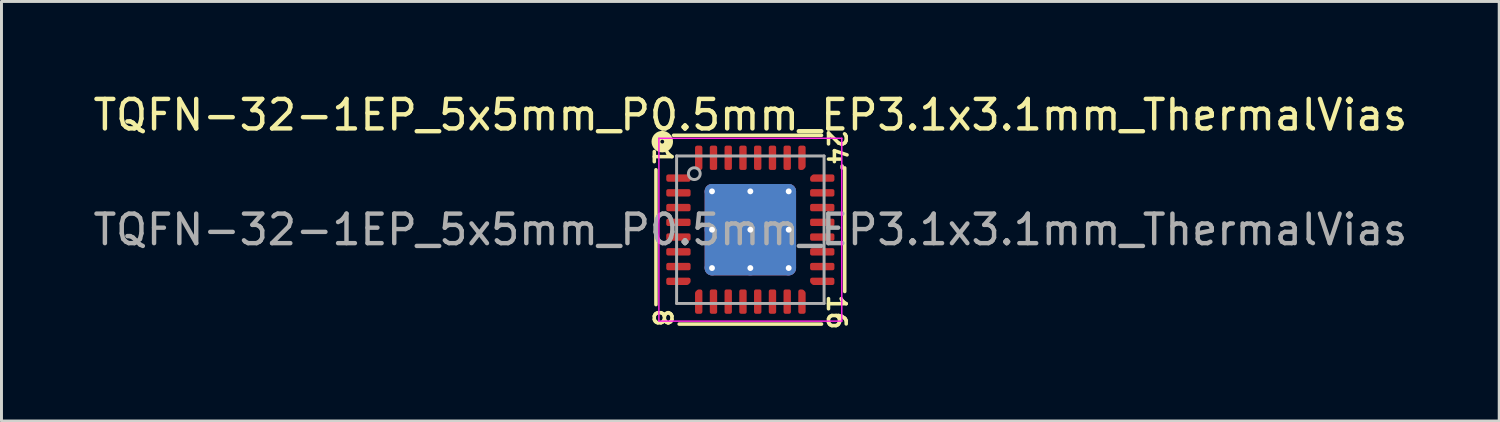
<source format=kicad_pcb>
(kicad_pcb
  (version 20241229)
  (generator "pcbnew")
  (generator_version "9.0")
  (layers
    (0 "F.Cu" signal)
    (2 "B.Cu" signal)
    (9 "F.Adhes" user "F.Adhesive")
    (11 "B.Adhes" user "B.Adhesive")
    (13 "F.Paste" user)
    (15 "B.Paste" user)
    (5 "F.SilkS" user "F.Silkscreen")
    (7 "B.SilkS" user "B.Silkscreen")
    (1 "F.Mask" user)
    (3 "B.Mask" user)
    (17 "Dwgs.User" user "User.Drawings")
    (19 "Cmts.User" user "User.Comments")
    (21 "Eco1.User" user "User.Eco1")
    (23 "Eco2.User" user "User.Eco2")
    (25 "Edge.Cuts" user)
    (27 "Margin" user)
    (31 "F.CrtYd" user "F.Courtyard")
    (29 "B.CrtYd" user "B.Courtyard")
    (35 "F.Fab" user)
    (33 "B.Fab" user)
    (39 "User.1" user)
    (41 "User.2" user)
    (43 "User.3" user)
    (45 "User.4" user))
  (footprint "TQFN-32-1EP_5x5mm_P0.5mm_EP3.1x3.1mm_ThermalVias"
    (layer "F.Cu")
    (at 22.387 4.737)
    (property "Reference" "TQFN-32-1EP_5x5mm_P0.5mm_EP3.1x3.1mm_ThermalVias" (at 0 -3.889 0) (layer "F.SilkS") (effects (font (size 1 1) (thickness 0.15))))
    (attr smd)
    (fp_line (start -3.2 -2.032) (end -3.2 2.54) (stroke (width 0.12) (type solid)) (layer "F.SilkS"))
    (fp_line (start -2.413 3.2) (end 2.413 3.2) (stroke (width 0.12) (type solid)) (layer "F.SilkS"))
    (fp_line (start 2.413 -3.2) (end -2.603 -3.2) (stroke (width 0.12) (type solid)) (layer "F.SilkS"))
    (fp_line (start 3.111 -2.095) (end 3.111 -2.159) (stroke (width 0.12) (type solid)) (layer "F.SilkS"))
    (fp_line (start 3.2 2.095) (end 3.2 -2.095) (stroke (width 0.12) (type solid)) (layer "F.SilkS"))
    (fp_circle (center -2.985 -2.985) (end -2.921 -2.985) (stroke (width 0.3) (type solid)) (fill no) (layer "F.SilkS"))
    (fp_line (start -3.1 -3.1) (end -3.1 3.1) (stroke (width 0.05) (type solid)) (layer "F.CrtYd"))
    (fp_line (start -3.1 3.1) (end 3.1 3.1) (stroke (width 0.05) (type solid)) (layer "F.CrtYd"))
    (fp_line (start 3.1 -3.1) (end -3.1 -3.1) (stroke (width 0.05) (type solid)) (layer "F.CrtYd"))
    (fp_line (start 3.1 3.1) (end 3.1 -3.1) (stroke (width 0.05) (type solid)) (layer "F.CrtYd"))
    (fp_line (start -2.5 -2.5) (end 2.5 -2.5) (stroke (width 0.1) (type solid)) (layer "F.Fab"))
    (fp_line (start -2.5 2.5) (end -2.5 -2.5) (stroke (width 0.1) (type solid)) (layer "F.Fab"))
    (fp_line (start 2.5 -2.5) (end 2.5 2.5) (stroke (width 0.1) (type solid)) (layer "F.Fab"))
    (fp_line (start 2.5 2.5) (end -2.5 2.5) (stroke (width 0.1) (type solid)) (layer "F.Fab"))
    (fp_circle (center -1.9 -1.9) (end -1.7 -1.9) (stroke (width 0.1) (type solid)) (fill no) (layer "F.Fab"))
    (fp_text user "24" (at 2.921 -2.794 270) (unlocked yes) (layer "F.SilkS") (effects (font (size 0.6 0.6) (thickness 0.12))))
    (fp_text user "8" (at -2.985 2.985 270) (unlocked yes) (layer "F.SilkS") (effects (font (size 0.6 0.6) (thickness 0.12))))
    (fp_text user "1" (at -2.985 -2.477 270) (unlocked yes) (layer "F.SilkS") (effects (font (size 0.6 0.6) (thickness 0.12))))
    (fp_text user "16" (at 2.921 2.794 270) (unlocked yes) (layer "F.SilkS") (effects (font (size 0.6 0.6) (thickness 0.12))))
    (fp_text user "${REFERENCE}" (at 0 0 0) (layer "F.Fab") (effects (font (size 1 1) (thickness 0.15))))
    (pad "" smd roundrect (at -0.775 -0.775) (size 1.34 1.34) (layers "F.Paste") (roundrect_rratio 0.187))
    (pad "" smd roundrect (at -0.775 0.775) (size 1.34 1.34) (layers "F.Paste") (roundrect_rratio 0.187))
    (pad "" smd roundrect (at 0.775 -0.775) (size 1.34 1.34) (layers "F.Paste") (roundrect_rratio 0.187))
    (pad "" smd roundrect (at 0.775 0.775) (size 1.34 1.34) (layers "F.Paste") (roundrect_rratio 0.187))
    (pad "1" smd custom (at -2.438 -1.75) (size 0.186 0.186) (layers "F.Cu" "F.Mask" "F.Paste") (options (anchor circle)) (primitives (gr_poly (pts (xy 0.35 -0.009) (xy 0.35 0.062) (xy -0.35 0.062) (xy -0.35 -0.062) (xy 0.297 -0.062)) (width 0.125) (fill yes))))
    (pad "2" smd roundrect (at -2.438 -1.25) (size 0.825 0.25) (layers "F.Cu" "F.Mask" "F.Paste") (roundrect_rratio 0.25))
    (pad "3" smd roundrect (at -2.438 -0.75) (size 0.825 0.25) (layers "F.Cu" "F.Mask" "F.Paste") (roundrect_rratio 0.25))
    (pad "4" smd roundrect (at -2.438 -0.25) (size 0.825 0.25) (layers "F.Cu" "F.Mask" "F.Paste") (roundrect_rratio 0.25))
    (pad "5" smd roundrect (at -2.438 0.25) (size 0.825 0.25) (layers "F.Cu" "F.Mask" "F.Paste") (roundrect_rratio 0.25))
    (pad "6" smd roundrect (at -2.438 0.75) (size 0.825 0.25) (layers "F.Cu" "F.Mask" "F.Paste") (roundrect_rratio 0.25))
    (pad "7" smd roundrect (at -2.438 1.25) (size 0.825 0.25) (layers "F.Cu" "F.Mask" "F.Paste") (roundrect_rratio 0.25))
    (pad "8" smd custom (at -2.438 1.75) (size 0.186 0.186) (layers "F.Cu" "F.Mask" "F.Paste") (options (anchor circle)) (primitives (gr_poly (pts (xy 0.35 0.009) (xy 0.297 0.062) (xy -0.35 0.062) (xy -0.35 -0.062) (xy 0.35 -0.062)) (width 0.125) (fill yes))))
    (pad "9" smd custom (at -1.75 2.438) (size 0.186 0.186) (layers "F.Cu" "F.Mask" "F.Paste") (options (anchor circle)) (primitives (gr_poly (pts (xy 0.062 0.35) (xy -0.062 0.35) (xy -0.062 -0.297) (xy -0.009 -0.35) (xy 0.062 -0.35)) (width 0.125) (fill yes))))
    (pad "10" smd roundrect (at -1.25 2.438) (size 0.25 0.825) (layers "F.Cu" "F.Mask" "F.Paste") (roundrect_rratio 0.25))
    (pad "11" smd roundrect (at -0.75 2.438) (size 0.25 0.825) (layers "F.Cu" "F.Mask" "F.Paste") (roundrect_rratio 0.25))
    (pad "12" smd roundrect (at -0.25 2.438) (size 0.25 0.825) (layers "F.Cu" "F.Mask" "F.Paste") (roundrect_rratio 0.25))
    (pad "13" smd roundrect (at 0.25 2.438) (size 0.25 0.825) (layers "F.Cu" "F.Mask" "F.Paste") (roundrect_rratio 0.25))
    (pad "14" smd roundrect (at 0.75 2.438) (size 0.25 0.825) (layers "F.Cu" "F.Mask" "F.Paste") (roundrect_rratio 0.25))
    (pad "15" smd roundrect (at 1.25 2.438) (size 0.25 0.825) (layers "F.Cu" "F.Mask" "F.Paste") (roundrect_rratio 0.25))
    (pad "16" smd custom (at 1.75 2.438) (size 0.186 0.186) (layers "F.Cu" "F.Mask" "F.Paste") (options (anchor circle)) (primitives (gr_poly (pts (xy 0.062 -0.297) (xy 0.062 0.35) (xy -0.062 0.35) (xy -0.062 -0.35) (xy 0.009 -0.35)) (width 0.125) (fill yes))))
    (pad "17" smd custom (at 2.438 1.75) (size 0.186 0.186) (layers "F.Cu" "F.Mask" "F.Paste") (options (anchor circle)) (primitives (gr_poly (pts (xy 0.35 0.062) (xy -0.297 0.062) (xy -0.35 0.009) (xy -0.35 -0.062) (xy 0.35 -0.062)) (width 0.125) (fill yes))))
    (pad "18" smd roundrect (at 2.438 1.25) (size 0.825 0.25) (layers "F.Cu" "F.Mask" "F.Paste") (roundrect_rratio 0.25))
    (pad "19" smd roundrect (at 2.438 0.75) (size 0.825 0.25) (layers "F.Cu" "F.Mask" "F.Paste") (roundrect_rratio 0.25))
    (pad "20" smd roundrect (at 2.438 0.25) (size 0.825 0.25) (layers "F.Cu" "F.Mask" "F.Paste") (roundrect_rratio 0.25))
    (pad "21" smd roundrect (at 2.438 -0.25) (size 0.825 0.25) (layers "F.Cu" "F.Mask" "F.Paste") (roundrect_rratio 0.25))
    (pad "22" smd roundrect (at 2.438 -0.75) (size 0.825 0.25) (layers "F.Cu" "F.Mask" "F.Paste") (roundrect_rratio 0.25))
    (pad "23" smd roundrect (at 2.438 -1.25) (size 0.825 0.25) (layers "F.Cu" "F.Mask" "F.Paste") (roundrect_rratio 0.25))
    (pad "24" smd custom (at 2.438 -1.75) (size 0.186 0.186) (layers "F.Cu" "F.Mask" "F.Paste") (options (anchor circle)) (primitives (gr_poly (pts (xy 0.35 0.062) (xy -0.35 0.062) (xy -0.35 -0.009) (xy -0.297 -0.062) (xy 0.35 -0.062)) (width 0.125) (fill yes))))
    (pad "25" smd custom (at 1.75 -2.438) (size 0.186 0.186) (layers "F.Cu" "F.Mask" "F.Paste") (options (anchor circle)) (primitives (gr_poly (pts (xy 0.062 0.297) (xy 0.009 0.35) (xy -0.062 0.35) (xy -0.062 -0.35) (xy 0.062 -0.35)) (width 0.125) (fill yes))))
    (pad "26" smd roundrect (at 1.25 -2.438) (size 0.25 0.825) (layers "F.Cu" "F.Mask" "F.Paste") (roundrect_rratio 0.25))
    (pad "27" smd roundrect (at 0.75 -2.438) (size 0.25 0.825) (layers "F.Cu" "F.Mask" "F.Paste") (roundrect_rratio 0.25))
    (pad "28" smd roundrect (at 0.25 -2.438) (size 0.25 0.825) (layers "F.Cu" "F.Mask" "F.Paste") (roundrect_rratio 0.25))
    (pad "29" smd roundrect (at -0.25 -2.438) (size 0.25 0.825) (layers "F.Cu" "F.Mask" "F.Paste") (roundrect_rratio 0.25))
    (pad "30" smd roundrect (at -0.75 -2.438) (size 0.25 0.825) (layers "F.Cu" "F.Mask" "F.Paste") (roundrect_rratio 0.25))
    (pad "31" smd roundrect (at -1.25 -2.438) (size 0.25 0.825) (layers "F.Cu" "F.Mask" "F.Paste") (roundrect_rratio 0.25))
    (pad "32" smd custom (at -1.75 -2.438) (size 0.186 0.186) (layers "F.Cu" "F.Mask" "F.Paste") (options (anchor circle)) (primitives (gr_poly (pts (xy 0.062 0.35) (xy -0.009 0.35) (xy -0.062 0.297) (xy -0.062 -0.35) (xy 0.062 -0.35)) (width 0.125) (fill yes))))
    (pad "33" thru_hole circle (at -1.3 -1.3) (size 0.5 0.5) (drill 0.2) (property pad_prop_heatsink) (layers "*.Cu"))
    (pad "33" thru_hole circle (at -1.3 0) (size 0.5 0.5) (drill 0.2) (property pad_prop_heatsink) (layers "*.Cu"))
    (pad "33" thru_hole circle (at -1.3 1.3) (size 0.5 0.5) (drill 0.2) (property pad_prop_heatsink) (layers "*.Cu"))
    (pad "33" thru_hole circle (at 0 -1.3) (size 0.5 0.5) (drill 0.2) (property pad_prop_heatsink) (layers "*.Cu"))
    (pad "33" thru_hole circle (at 0 0) (size 0.5 0.5) (drill 0.2) (property pad_prop_heatsink) (layers "*.Cu"))
    (pad "33" smd roundrect (at 0 0) (size 3.1 3.1) (layers "F.Cu" "F.Mask") (roundrect_rratio 0.081))
    (pad "33" smd roundrect (at 0 0) (size 3.1 3.1) (layers "B.Cu" "B.Mask") (roundrect_rratio 0.081))
    (pad "33" thru_hole circle (at 0 1.3) (size 0.5 0.5) (drill 0.2) (property pad_prop_heatsink) (layers "*.Cu"))
    (pad "33" thru_hole circle (at 1.3 -1.3) (size 0.5 0.5) (drill 0.2) (property pad_prop_heatsink) (layers "*.Cu"))
    (pad "33" thru_hole circle (at 1.3 0) (size 0.5 0.5) (drill 0.2) (property pad_prop_heatsink) (layers "*.Cu"))
    (pad "33" thru_hole circle (at 1.3 1.3) (size 0.5 0.5) (drill 0.2) (property pad_prop_heatsink) (layers "*.Cu")))
  (gr_rect
    (start -3 -3)
    (end 47.774 11.222)
    (stroke (width 0.1) (type default))
    (fill no)
    (layer "Edge.Cuts")))
</source>
